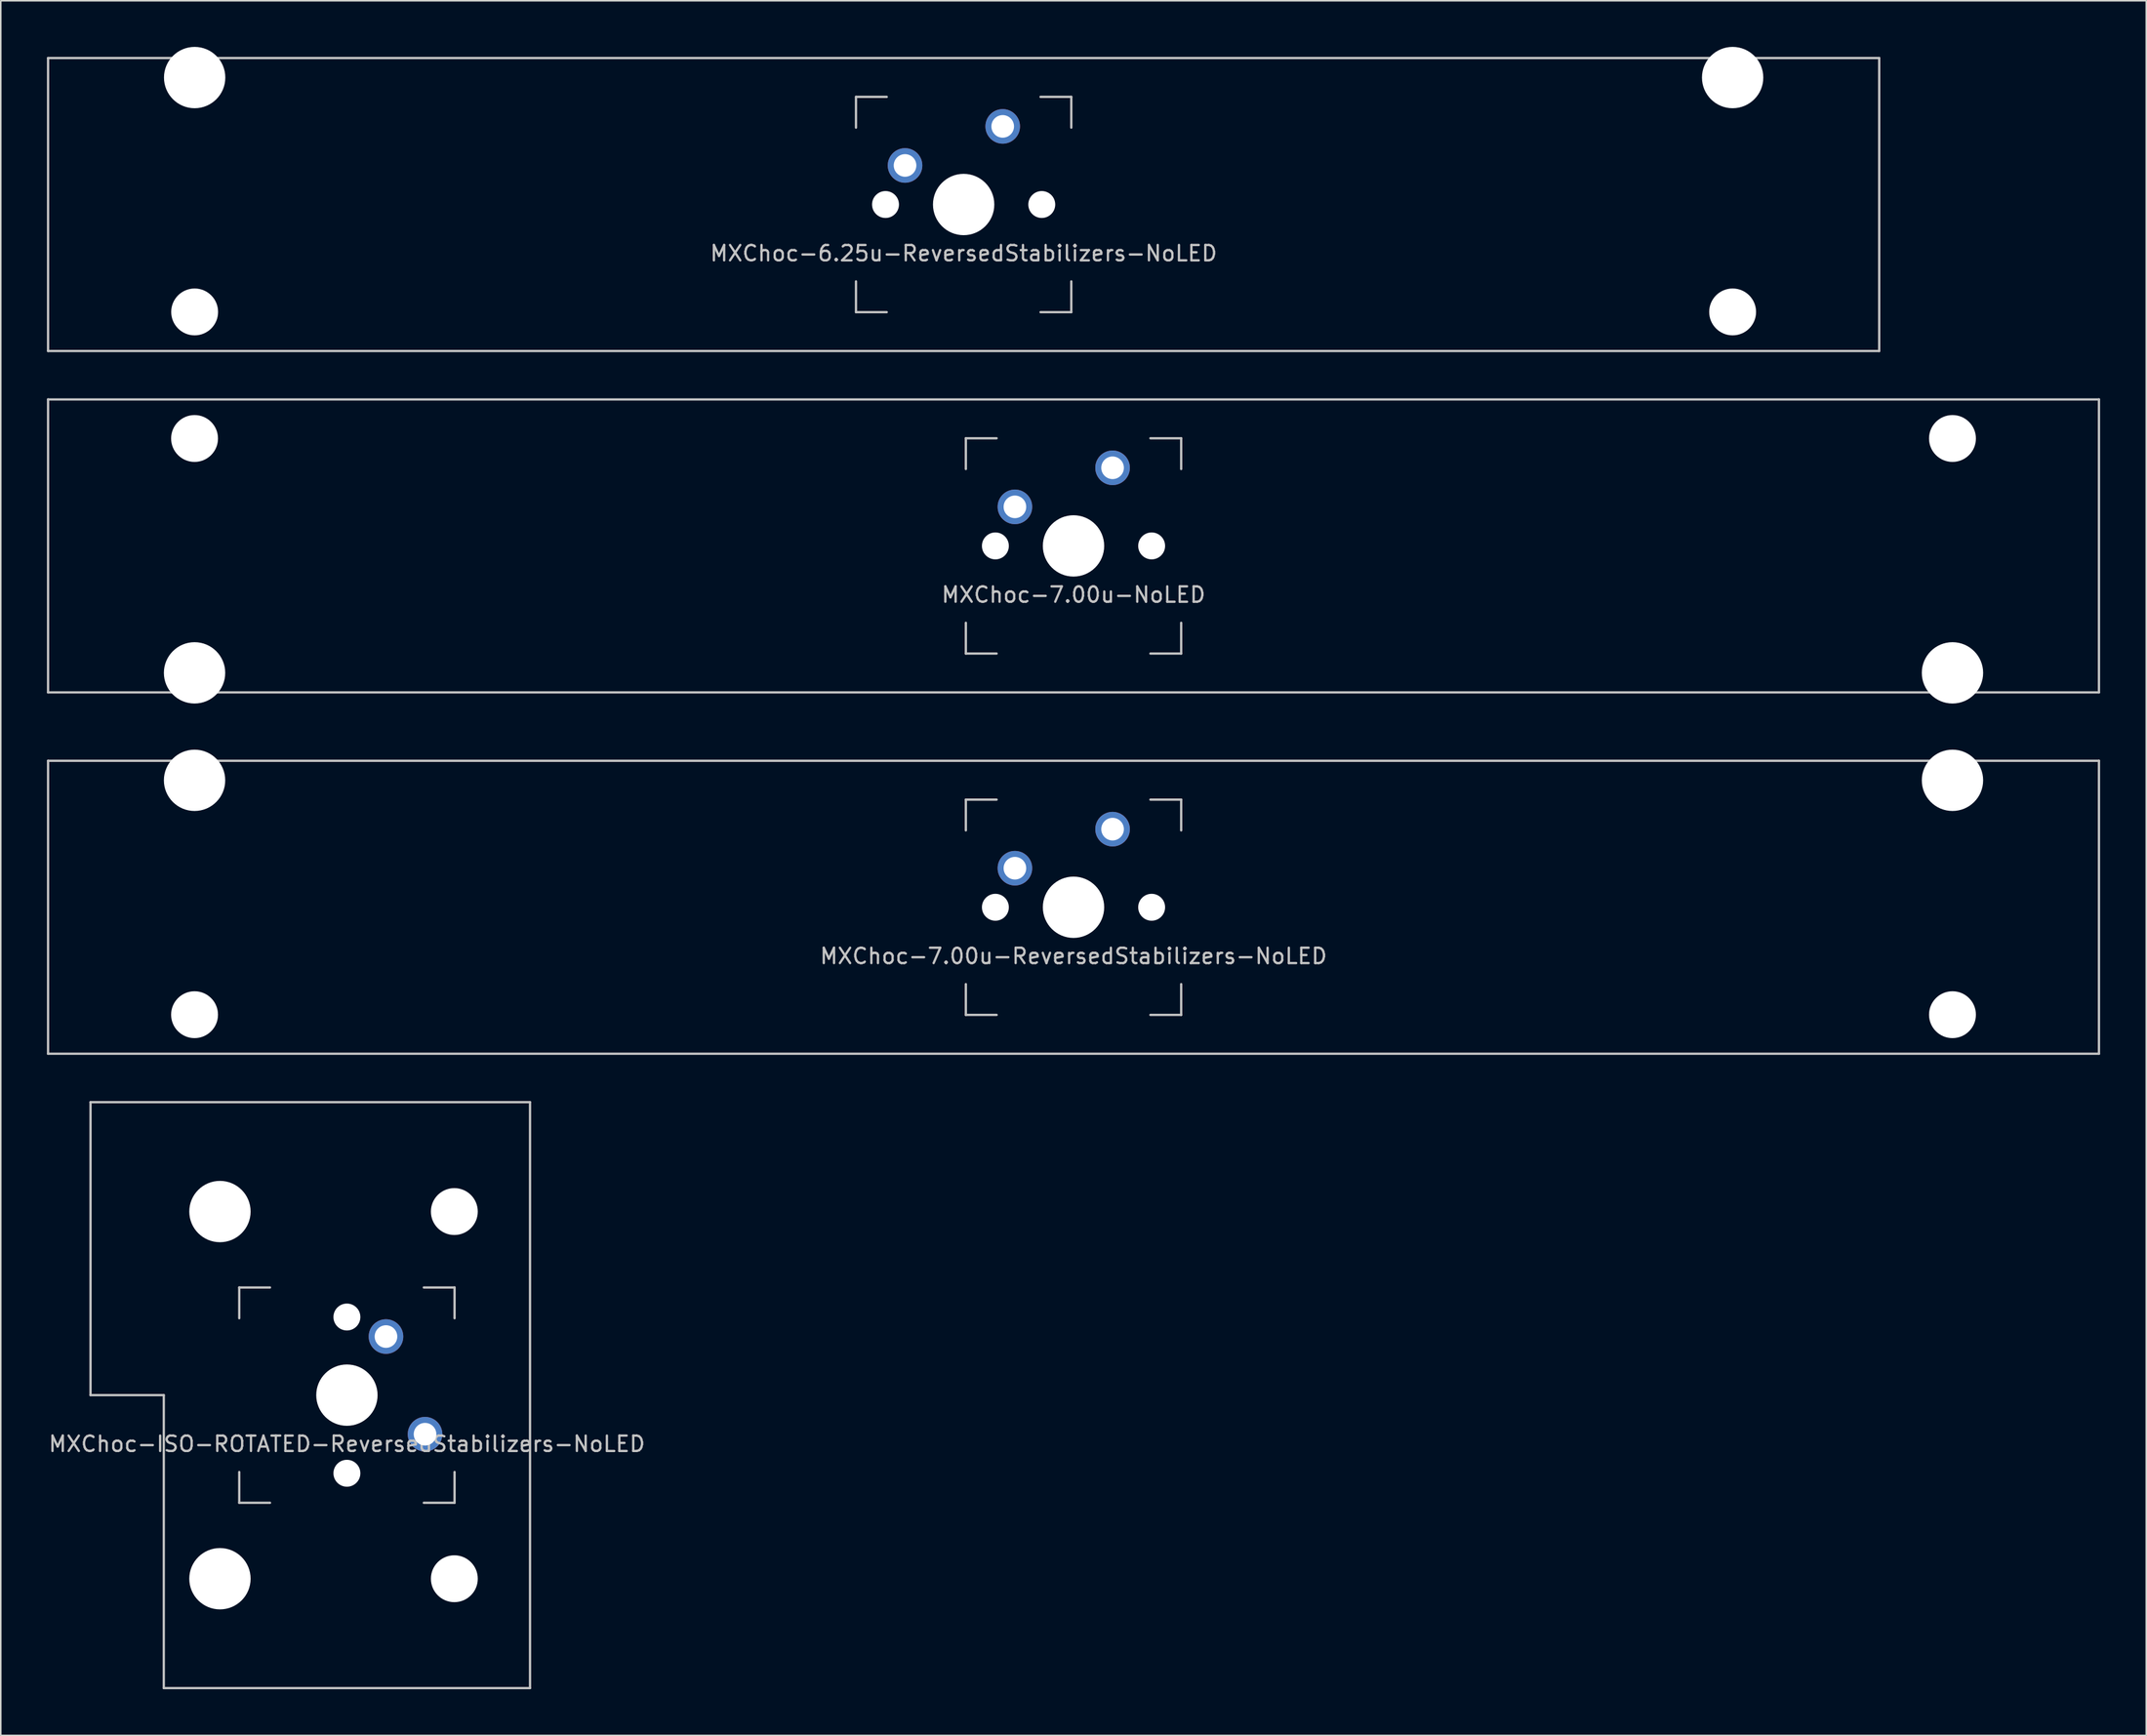
<source format=kicad_pcb>
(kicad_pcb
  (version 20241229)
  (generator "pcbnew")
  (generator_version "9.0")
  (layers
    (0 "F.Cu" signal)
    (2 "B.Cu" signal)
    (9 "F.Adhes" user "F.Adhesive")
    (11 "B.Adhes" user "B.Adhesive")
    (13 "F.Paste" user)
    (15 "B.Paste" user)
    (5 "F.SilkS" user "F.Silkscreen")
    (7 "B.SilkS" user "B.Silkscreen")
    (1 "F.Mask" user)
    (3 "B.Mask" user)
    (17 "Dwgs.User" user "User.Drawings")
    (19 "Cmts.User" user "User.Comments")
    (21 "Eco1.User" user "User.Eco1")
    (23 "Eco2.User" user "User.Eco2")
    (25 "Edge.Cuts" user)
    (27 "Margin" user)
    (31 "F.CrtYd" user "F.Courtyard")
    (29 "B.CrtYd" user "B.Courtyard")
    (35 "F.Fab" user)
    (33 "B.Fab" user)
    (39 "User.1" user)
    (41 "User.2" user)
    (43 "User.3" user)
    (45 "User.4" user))
  (footprint "MXChoc-6.25u-ReversedStabilizers-NoLED"
    (layer "F.Cu")
    (at 59.606 10.249)
    (property "Reference" "MXChoc-6.25u-ReversedStabilizers-NoLED" (at 0 3.175 0) (layer "Dwgs.User") (effects (font (size 1 1) (thickness 0.15))))
    (attr through_hole)
    (fp_line (start -59.531 -9.525) (end 59.531 -9.525) (stroke (width 0.15) (type solid)) (layer "Dwgs.User"))
    (fp_line (start -59.531 9.525) (end -59.531 -9.525) (stroke (width 0.15) (type solid)) (layer "Dwgs.User"))
    (fp_line (start -59.531 9.525) (end 59.531 9.525) (stroke (width 0.15) (type solid)) (layer "Dwgs.User"))
    (fp_line (start -7 -7) (end -7 -5) (stroke (width 0.15) (type solid)) (layer "Dwgs.User"))
    (fp_line (start -7 5) (end -7 7) (stroke (width 0.15) (type solid)) (layer "Dwgs.User"))
    (fp_line (start -7 7) (end -5 7) (stroke (width 0.15) (type solid)) (layer "Dwgs.User"))
    (fp_line (start -5 -7) (end -7 -7) (stroke (width 0.15) (type solid)) (layer "Dwgs.User"))
    (fp_line (start 5 -7) (end 7 -7) (stroke (width 0.15) (type solid)) (layer "Dwgs.User"))
    (fp_line (start 5 7) (end 7 7) (stroke (width 0.15) (type solid)) (layer "Dwgs.User"))
    (fp_line (start 7 -7) (end 7 -5) (stroke (width 0.15) (type solid)) (layer "Dwgs.User"))
    (fp_line (start 7 7) (end 7 5) (stroke (width 0.15) (type solid)) (layer "Dwgs.User"))
    (fp_line (start 59.531 -9.525) (end 59.531 9.525) (stroke (width 0.15) (type solid)) (layer "Dwgs.User"))
    (pad "" np_thru_hole circle (at -50 -8.255) (size 3.988 3.988) (drill 3.988) (layers "*.Cu" "*.Mask"))
    (pad "" np_thru_hole circle (at -50 6.985) (size 3.048 3.048) (drill 3.048) (layers "*.Cu" "*.Mask"))
    (pad "" np_thru_hole circle (at -5.08 0 48.1) (size 1.75 1.75) (drill 1.75) (layers "*.Cu" "*.Mask"))
    (pad "" np_thru_hole circle (at 0 0) (size 3.988 3.988) (drill 3.988) (layers "*.Cu" "*.Mask"))
    (pad "" np_thru_hole circle (at 5.08 0 48.1) (size 1.75 1.75) (drill 1.75) (layers "*.Cu" "*.Mask"))
    (pad "" np_thru_hole circle (at 50 -8.255) (size 3.988 3.988) (drill 3.988) (layers "*.Cu" "*.Mask"))
    (pad "" np_thru_hole circle (at 50 6.985) (size 3.048 3.048) (drill 3.048) (layers "*.Cu" "*.Mask"))
    (pad "1" thru_hole circle (at -3.81 -2.54) (size 2.25 2.25) (drill 1.47) (layers "*.Cu" "B.Mask"))
    (pad "2" thru_hole circle (at 2.54 -5.08) (size 2.25 2.25) (drill 1.47) (layers "*.Cu" "B.Mask")))
  (footprint "MXChoc-ISO-ROTATED-ReversedStabilizers-NoLED"
    (layer "F.Cu")
    (at 19.506 87.672)
    (property "Reference" "MXChoc-ISO-ROTATED-ReversedStabilizers-NoLED" (at 0 3.175 0) (layer "Dwgs.User") (effects (font (size 1 1) (thickness 0.15))))
    (attr through_hole)
    (fp_line (start -16.669 -19.05) (end -16.669 0) (stroke (width 0.15) (type solid)) (layer "Dwgs.User"))
    (fp_line (start -16.669 -19.05) (end 11.906 -19.05) (stroke (width 0.15) (type solid)) (layer "Dwgs.User"))
    (fp_line (start -11.906 0) (end -16.669 0) (stroke (width 0.15) (type solid)) (layer "Dwgs.User"))
    (fp_line (start -11.906 19.05) (end -11.906 0) (stroke (width 0.15) (type solid)) (layer "Dwgs.User"))
    (fp_line (start -11.906 19.05) (end 11.906 19.05) (stroke (width 0.15) (type solid)) (layer "Dwgs.User"))
    (fp_line (start -7 -7) (end -7 -5) (stroke (width 0.15) (type solid)) (layer "Dwgs.User"))
    (fp_line (start -7 5) (end -7 7) (stroke (width 0.15) (type solid)) (layer "Dwgs.User"))
    (fp_line (start -7 7) (end -5 7) (stroke (width 0.15) (type solid)) (layer "Dwgs.User"))
    (fp_line (start -5 -7) (end -7 -7) (stroke (width 0.15) (type solid)) (layer "Dwgs.User"))
    (fp_line (start 5 -7) (end 7 -7) (stroke (width 0.15) (type solid)) (layer "Dwgs.User"))
    (fp_line (start 5 7) (end 7 7) (stroke (width 0.15) (type solid)) (layer "Dwgs.User"))
    (fp_line (start 7 -7) (end 7 -5) (stroke (width 0.15) (type solid)) (layer "Dwgs.User"))
    (fp_line (start 7 7) (end 7 5) (stroke (width 0.15) (type solid)) (layer "Dwgs.User"))
    (fp_line (start 11.906 -19.05) (end 11.906 19.05) (stroke (width 0.15) (type solid)) (layer "Dwgs.User"))
    (pad "" np_thru_hole circle (at -8.255 -11.938) (size 3.988 3.988) (drill 3.988) (layers "*.Cu" "*.Mask"))
    (pad "" np_thru_hole circle (at -8.255 11.938) (size 3.988 3.988) (drill 3.988) (layers "*.Cu" "*.Mask"))
    (pad "" np_thru_hole circle (at 0 -5.08 48.1) (size 1.75 1.75) (drill 1.75) (layers "*.Cu" "*.Mask"))
    (pad "" np_thru_hole circle (at 0 0) (size 3.988 3.988) (drill 3.988) (layers "*.Cu" "*.Mask"))
    (pad "" np_thru_hole circle (at 0 5.08 48.1) (size 1.75 1.75) (drill 1.75) (layers "*.Cu" "*.Mask"))
    (pad "" np_thru_hole circle (at 6.985 -11.938) (size 3.048 3.048) (drill 3.048) (layers "*.Cu" "*.Mask"))
    (pad "" np_thru_hole circle (at 6.985 11.938) (size 3.048 3.048) (drill 3.048) (layers "*.Cu" "*.Mask"))
    (pad "1" thru_hole circle (at 2.54 -3.81) (size 2.25 2.25) (drill 1.47) (layers "*.Cu" "B.Mask"))
    (pad "2" thru_hole circle (at 5.08 2.54) (size 2.25 2.25) (drill 1.47) (layers "*.Cu" "B.Mask")))
  (footprint "MXChoc-7.00u-ReversedStabilizers-NoLED"
    (layer "F.Cu")
    (at 66.75 55.947)
    (property "Reference" "MXChoc-7.00u-ReversedStabilizers-NoLED" (at 0 3.175 0) (layer "Dwgs.User") (effects (font (size 1 1) (thickness 0.15))))
    (attr through_hole)
    (fp_line (start -66.675 -9.525) (end 66.675 -9.525) (stroke (width 0.15) (type solid)) (layer "Dwgs.User"))
    (fp_line (start -66.675 9.525) (end -66.675 -9.525) (stroke (width 0.15) (type solid)) (layer "Dwgs.User"))
    (fp_line (start -66.675 9.525) (end 66.675 9.525) (stroke (width 0.15) (type solid)) (layer "Dwgs.User"))
    (fp_line (start -7 -7) (end -7 -5) (stroke (width 0.15) (type solid)) (layer "Dwgs.User"))
    (fp_line (start -7 5) (end -7 7) (stroke (width 0.15) (type solid)) (layer "Dwgs.User"))
    (fp_line (start -7 7) (end -5 7) (stroke (width 0.15) (type solid)) (layer "Dwgs.User"))
    (fp_line (start -5 -7) (end -7 -7) (stroke (width 0.15) (type solid)) (layer "Dwgs.User"))
    (fp_line (start 5 -7) (end 7 -7) (stroke (width 0.15) (type solid)) (layer "Dwgs.User"))
    (fp_line (start 5 7) (end 7 7) (stroke (width 0.15) (type solid)) (layer "Dwgs.User"))
    (fp_line (start 7 -7) (end 7 -5) (stroke (width 0.15) (type solid)) (layer "Dwgs.User"))
    (fp_line (start 7 7) (end 7 5) (stroke (width 0.15) (type solid)) (layer "Dwgs.User"))
    (fp_line (start 66.675 -9.525) (end 66.675 9.525) (stroke (width 0.15) (type solid)) (layer "Dwgs.User"))
    (pad "" np_thru_hole circle (at -57.15 -8.255) (size 3.988 3.988) (drill 3.988) (layers "*.Cu" "*.Mask"))
    (pad "" np_thru_hole circle (at -57.15 6.985) (size 3.048 3.048) (drill 3.048) (layers "*.Cu" "*.Mask"))
    (pad "" np_thru_hole circle (at -5.08 0 48.1) (size 1.75 1.75) (drill 1.75) (layers "*.Cu" "*.Mask"))
    (pad "" np_thru_hole circle (at 0 0) (size 3.988 3.988) (drill 3.988) (layers "*.Cu" "*.Mask"))
    (pad "" np_thru_hole circle (at 5.08 0 48.1) (size 1.75 1.75) (drill 1.75) (layers "*.Cu" "*.Mask"))
    (pad "" np_thru_hole circle (at 57.15 -8.255) (size 3.988 3.988) (drill 3.988) (layers "*.Cu" "*.Mask"))
    (pad "" np_thru_hole circle (at 57.15 6.985) (size 3.048 3.048) (drill 3.048) (layers "*.Cu" "*.Mask"))
    (pad "1" thru_hole circle (at -3.81 -2.54) (size 2.25 2.25) (drill 1.47) (layers "*.Cu" "B.Mask"))
    (pad "2" thru_hole circle (at 2.54 -5.08) (size 2.25 2.25) (drill 1.47) (layers "*.Cu" "B.Mask")))
  (footprint "MXChoc-7.00u-NoLED"
    (layer "F.Cu")
    (at 66.75 32.449)
    (property "Reference" "MXChoc-7.00u-NoLED" (at 0 3.175 0) (layer "Dwgs.User") (effects (font (size 1 1) (thickness 0.15))))
    (attr through_hole)
    (fp_line (start -66.675 -9.525) (end 66.675 -9.525) (stroke (width 0.15) (type solid)) (layer "Dwgs.User"))
    (fp_line (start -66.675 9.525) (end -66.675 -9.525) (stroke (width 0.15) (type solid)) (layer "Dwgs.User"))
    (fp_line (start -66.675 9.525) (end 66.675 9.525) (stroke (width 0.15) (type solid)) (layer "Dwgs.User"))
    (fp_line (start -7 -7) (end -7 -5) (stroke (width 0.15) (type solid)) (layer "Dwgs.User"))
    (fp_line (start -7 5) (end -7 7) (stroke (width 0.15) (type solid)) (layer "Dwgs.User"))
    (fp_line (start -7 7) (end -5 7) (stroke (width 0.15) (type solid)) (layer "Dwgs.User"))
    (fp_line (start -5 -7) (end -7 -7) (stroke (width 0.15) (type solid)) (layer "Dwgs.User"))
    (fp_line (start 5 -7) (end 7 -7) (stroke (width 0.15) (type solid)) (layer "Dwgs.User"))
    (fp_line (start 5 7) (end 7 7) (stroke (width 0.15) (type solid)) (layer "Dwgs.User"))
    (fp_line (start 7 -7) (end 7 -5) (stroke (width 0.15) (type solid)) (layer "Dwgs.User"))
    (fp_line (start 7 7) (end 7 5) (stroke (width 0.15) (type solid)) (layer "Dwgs.User"))
    (fp_line (start 66.675 -9.525) (end 66.675 9.525) (stroke (width 0.15) (type solid)) (layer "Dwgs.User"))
    (pad "" np_thru_hole circle (at -57.15 -6.985) (size 3.048 3.048) (drill 3.048) (layers "*.Cu" "*.Mask"))
    (pad "" np_thru_hole circle (at -57.15 8.255) (size 3.988 3.988) (drill 3.988) (layers "*.Cu" "*.Mask"))
    (pad "" np_thru_hole circle (at -5.08 0 48.1) (size 1.75 1.75) (drill 1.75) (layers "*.Cu" "*.Mask"))
    (pad "" np_thru_hole circle (at 0 0) (size 3.988 3.988) (drill 3.988) (layers "*.Cu" "*.Mask"))
    (pad "" np_thru_hole circle (at 5.08 0 48.1) (size 1.75 1.75) (drill 1.75) (layers "*.Cu" "*.Mask"))
    (pad "" np_thru_hole circle (at 57.15 -6.985) (size 3.048 3.048) (drill 3.048) (layers "*.Cu" "*.Mask"))
    (pad "" np_thru_hole circle (at 57.15 8.255) (size 3.988 3.988) (drill 3.988) (layers "*.Cu" "*.Mask"))
    (pad "1" thru_hole circle (at -3.81 -2.54) (size 2.25 2.25) (drill 1.47) (layers "*.Cu" "B.Mask"))
    (pad "2" thru_hole circle (at 2.54 -5.08) (size 2.25 2.25) (drill 1.47) (layers "*.Cu" "B.Mask")))
  (gr_rect
    (start -3 -3)
    (end 136.5 109.797)
    (stroke (width 0.1) (type default))
    (fill no)
    (layer "Edge.Cuts")))
</source>
